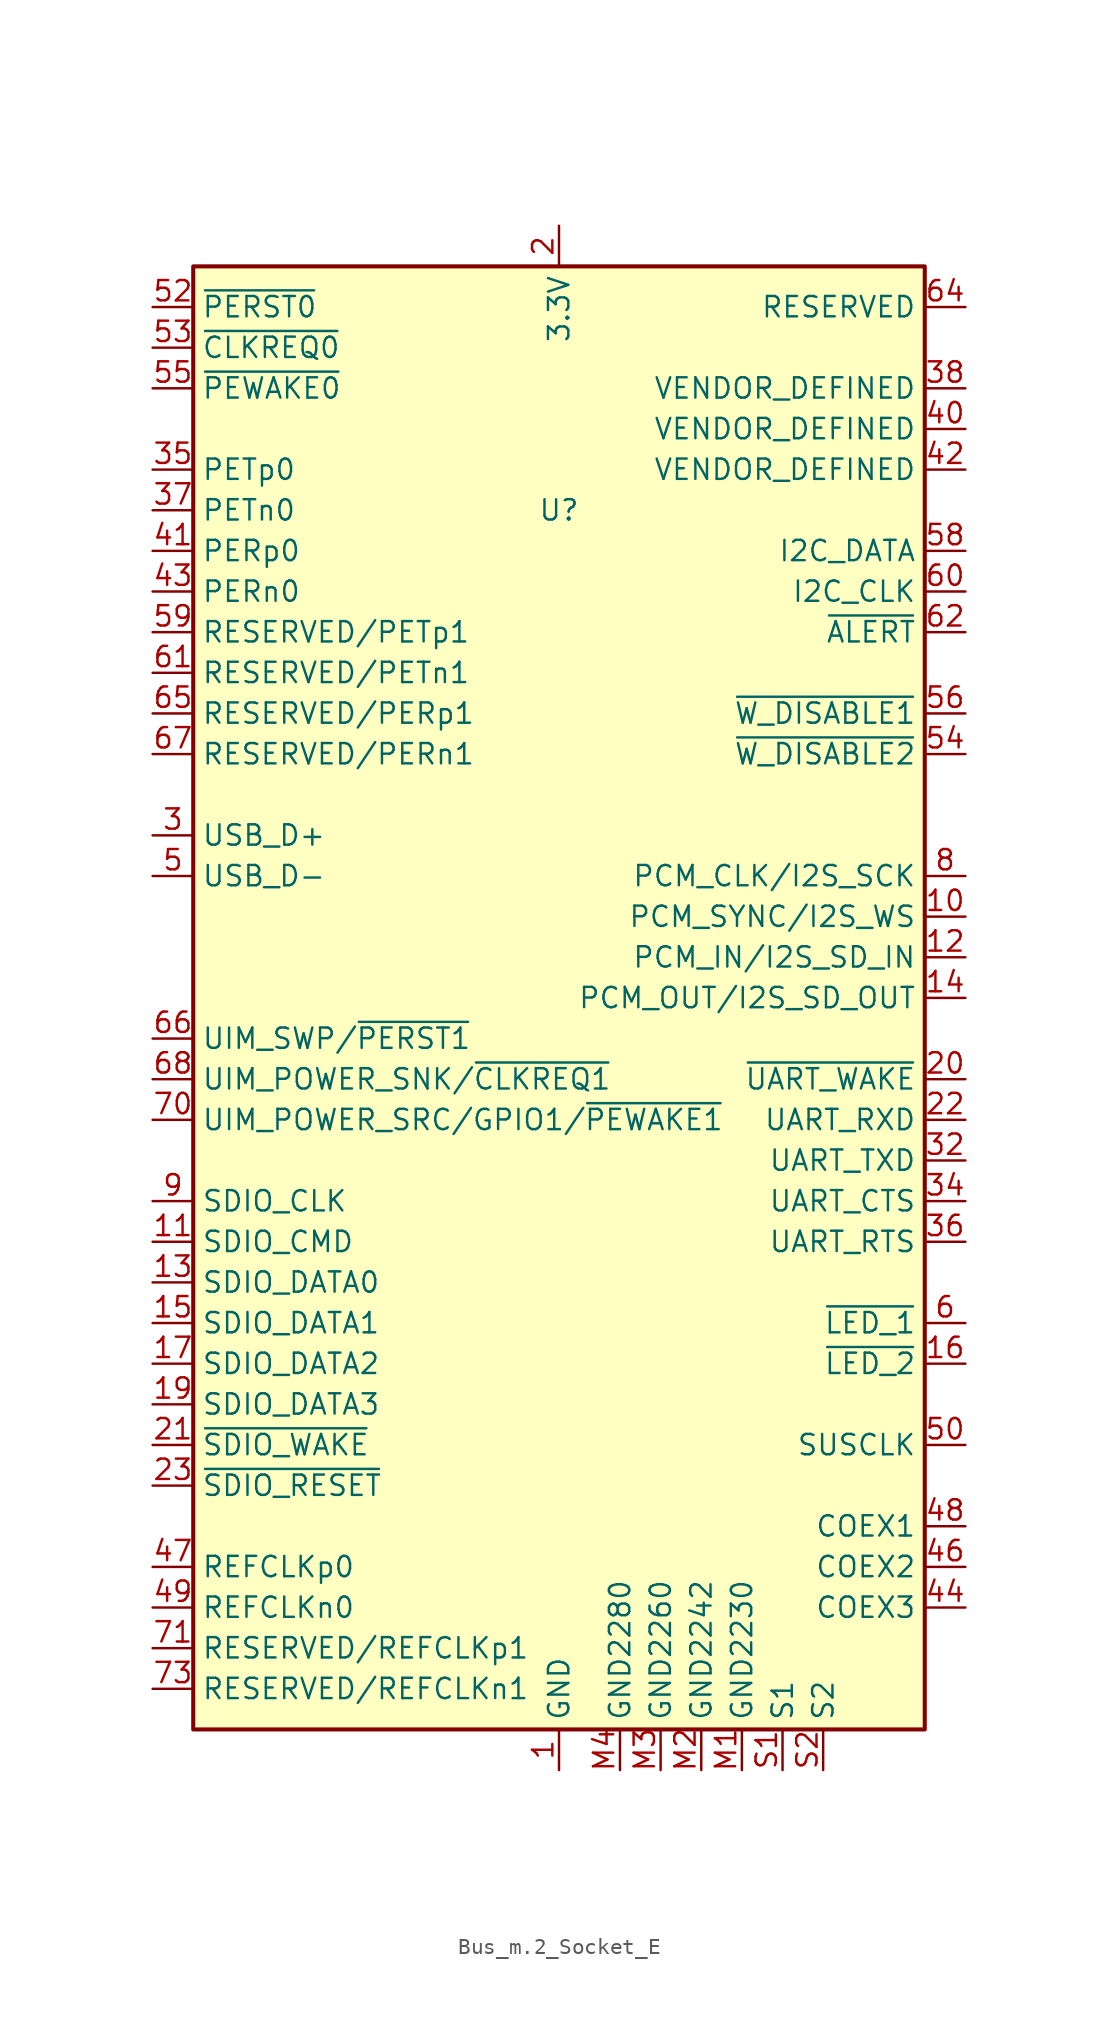
<source format=kicad_sym>
(kicad_symbol_lib
  (version 20241209)
  (generator "kicad_symbol_editor")
  (generator_version "9.0")
  (symbol "Bus_m.2_Socket_E"
    (property "Reference" "U"
      (at 0 30.48 0)
      (effects (font (size 1.27 1.27))))
    (property "Value" ""
      (at 0 30.48 0)
      (effects (font (size 1.27 1.27))))
    (symbol "Bus_m.2_Socket_E_0_1"
      (rectangle (start -22.86 45.72) (end 22.86 -45.72) (stroke (width 0.254) (type default)) (fill (type background))))
    (symbol "Bus_m.2_Socket_E_1_1"
      (pin output line (at -25.4 43.18 0) (length 2.54) (name "~{PERST0}" (effects (font (size 1.27 1.27)))) (number "52" (effects (font (size 1.27 1.27)))))
      (pin bidirectional line (at -25.4 40.64 0) (length 2.54) (name "~{CLKREQ0}" (effects (font (size 1.27 1.27)))) (number "53" (effects (font (size 1.27 1.27)))))
      (pin bidirectional line (at -25.4 38.1 0) (length 2.54) (name "~{PEWAKE0}" (effects (font (size 1.27 1.27)))) (number "55" (effects (font (size 1.27 1.27)))))
      (pin output line (at -25.4 33.02 0) (length 2.54) (name "PETp0" (effects (font (size 1.27 1.27)))) (number "35" (effects (font (size 1.27 1.27)))))
      (pin output line (at -25.4 30.48 0) (length 2.54) (name "PETn0" (effects (font (size 1.27 1.27)))) (number "37" (effects (font (size 1.27 1.27)))))
      (pin input line (at -25.4 27.94 0) (length 2.54) (name "PERp0" (effects (font (size 1.27 1.27)))) (number "41" (effects (font (size 1.27 1.27)))))
      (pin input line (at -25.4 25.4 0) (length 2.54) (name "PERn0" (effects (font (size 1.27 1.27)))) (number "43" (effects (font (size 1.27 1.27)))))
      (pin output line (at -25.4 22.86 0) (length 2.54) (name "RESERVED/PETp1" (effects (font (size 1.27 1.27)))) (number "59" (effects (font (size 1.27 1.27)))))
      (pin output line (at -25.4 20.32 0) (length 2.54) (name "RESERVED/PETn1" (effects (font (size 1.27 1.27)))) (number "61" (effects (font (size 1.27 1.27)))))
      (pin input line (at -25.4 17.78 0) (length 2.54) (name "RESERVED/PERp1" (effects (font (size 1.27 1.27)))) (number "65" (effects (font (size 1.27 1.27)))))
      (pin input line (at -25.4 15.24 0) (length 2.54) (name "RESERVED/PERn1" (effects (font (size 1.27 1.27)))) (number "67" (effects (font (size 1.27 1.27)))))
      (pin bidirectional line (at -25.4 10.16 0) (length 2.54) (name "USB_D+" (effects (font (size 1.27 1.27)))) (number "3" (effects (font (size 1.27 1.27)))))
      (pin bidirectional line (at -25.4 7.62 0) (length 2.54) (name "USB_D-" (effects (font (size 1.27 1.27)))) (number "5" (effects (font (size 1.27 1.27)))))
      (pin output line (at -25.4 -2.54 0) (length 2.54) (name "UIM_SWP/~{PERST1}" (effects (font (size 1.27 1.27)))) (number "66" (effects (font (size 1.27 1.27)))))
      (pin bidirectional line (at -25.4 -5.08 0) (length 2.54) (name "UIM_POWER_SNK/~{CLKREQ1}" (effects (font (size 1.27 1.27)))) (number "68" (effects (font (size 1.27 1.27)))))
      (pin bidirectional line (at -25.4 -7.62 0) (length 2.54) (name "UIM_POWER_SRC/GPIO1/~{PEWAKE1}" (effects (font (size 1.27 1.27)))) (number "70" (effects (font (size 1.27 1.27)))))
      (pin output line (at -25.4 -12.7 0) (length 2.54) (name "SDIO_CLK" (effects (font (size 1.27 1.27)))) (number "9" (effects (font (size 1.27 1.27)))))
      (pin bidirectional line (at -25.4 -15.24 0) (length 2.54) (name "SDIO_CMD" (effects (font (size 1.27 1.27)))) (number "11" (effects (font (size 1.27 1.27)))))
      (pin bidirectional line (at -25.4 -17.78 0) (length 2.54) (name "SDIO_DATA0" (effects (font (size 1.27 1.27)))) (number "13" (effects (font (size 1.27 1.27)))))
      (pin bidirectional line (at -25.4 -20.32 0) (length 2.54) (name "SDIO_DATA1" (effects (font (size 1.27 1.27)))) (number "15" (effects (font (size 1.27 1.27)))))
      (pin bidirectional line (at -25.4 -22.86 0) (length 2.54) (name "SDIO_DATA2" (effects (font (size 1.27 1.27)))) (number "17" (effects (font (size 1.27 1.27)))))
      (pin bidirectional line (at -25.4 -25.4 0) (length 2.54) (name "SDIO_DATA3" (effects (font (size 1.27 1.27)))) (number "19" (effects (font (size 1.27 1.27)))))
      (pin input line (at -25.4 -27.94 0) (length 2.54) (name "~{SDIO_WAKE}" (effects (font (size 1.27 1.27)))) (number "21" (effects (font (size 1.27 1.27)))))
      (pin output line (at -25.4 -30.48 0) (length 2.54) (name "~{SDIO_RESET}" (effects (font (size 1.27 1.27)))) (number "23" (effects (font (size 1.27 1.27)))))
      (pin output line (at -25.4 -35.56 0) (length 2.54) (name "REFCLKp0" (effects (font (size 1.27 1.27)))) (number "47" (effects (font (size 1.27 1.27)))))
      (pin output line (at -25.4 -38.1 0) (length 2.54) (name "REFCLKn0" (effects (font (size 1.27 1.27)))) (number "49" (effects (font (size 1.27 1.27)))))
      (pin output line (at -25.4 -40.64 0) (length 2.54) (name "RESERVED/REFCLKp1" (effects (font (size 1.27 1.27)))) (number "71" (effects (font (size 1.27 1.27)))))
      (pin output line (at -25.4 -43.18 0) (length 2.54) (name "RESERVED/REFCLKn1" (effects (font (size 1.27 1.27)))) (number "73" (effects (font (size 1.27 1.27)))))
      (pin power_in line (at 0 48.26 270) (length 2.54) (name "3.3V" (effects (font (size 1.27 1.27)))) (number "2" (effects (font (size 1.27 1.27)))))
      (pin passive line (at 0 48.26 270) (length 2.54) (hide yes) (name "3.3V" (effects (font (size 1.27 1.27)))) (number "4" (effects (font (size 1.27 1.27)))))
      (pin passive line (at 0 48.26 270) (length 2.54) (hide yes) (name "3.3V" (effects (font (size 1.27 1.27)))) (number "72" (effects (font (size 1.27 1.27)))))
      (pin passive line (at 0 48.26 270) (length 2.54) (hide yes) (name "3.3V" (effects (font (size 1.27 1.27)))) (number "74" (effects (font (size 1.27 1.27)))))
      (pin power_in line (at 0 -48.26 90) (length 2.54) (name "GND" (effects (font (size 1.27 1.27)))) (number "1" (effects (font (size 1.27 1.27)))))
      (pin passive line (at 0 -48.26 90) (length 2.54) (hide yes) (name "GND" (effects (font (size 1.27 1.27)))) (number "18" (effects (font (size 1.27 1.27)))))
      (pin passive line (at 0 -48.26 90) (length 2.54) (hide yes) (name "GND" (effects (font (size 1.27 1.27)))) (number "33" (effects (font (size 1.27 1.27)))))
      (pin passive line (at 0 -48.26 90) (length 2.54) (hide yes) (name "GND" (effects (font (size 1.27 1.27)))) (number "39" (effects (font (size 1.27 1.27)))))
      (pin passive line (at 0 -48.26 90) (length 2.54) (hide yes) (name "GND" (effects (font (size 1.27 1.27)))) (number "45" (effects (font (size 1.27 1.27)))))
      (pin passive line (at 0 -48.26 90) (length 2.54) (hide yes) (name "GND" (effects (font (size 1.27 1.27)))) (number "51" (effects (font (size 1.27 1.27)))))
      (pin passive line (at 0 -48.26 90) (length 2.54) (hide yes) (name "GND" (effects (font (size 1.27 1.27)))) (number "57" (effects (font (size 1.27 1.27)))))
      (pin passive line (at 0 -48.26 90) (length 2.54) (hide yes) (name "GND" (effects (font (size 1.27 1.27)))) (number "63" (effects (font (size 1.27 1.27)))))
      (pin passive line (at 0 -48.26 90) (length 2.54) (hide yes) (name "GND" (effects (font (size 1.27 1.27)))) (number "69" (effects (font (size 1.27 1.27)))))
      (pin passive line (at 0 -48.26 90) (length 2.54) (hide yes) (name "GND" (effects (font (size 1.27 1.27)))) (number "7" (effects (font (size 1.27 1.27)))))
      (pin passive line (at 0 -48.26 90) (length 2.54) (hide yes) (name "GND" (effects (font (size 1.27 1.27)))) (number "75" (effects (font (size 1.27 1.27)))))
      (pin passive line (at 3.81 -48.26 90) (length 2.54) (name "GND2280" (effects (font (size 1.27 1.27)))) (number "M4" (effects (font (size 1.27 1.27)))))
      (pin passive line (at 6.35 -48.26 90) (length 2.54) (name "GND2260" (effects (font (size 1.27 1.27)))) (number "M3" (effects (font (size 1.27 1.27)))))
      (pin passive line (at 8.89 -48.26 90) (length 2.54) (name "GND2242" (effects (font (size 1.27 1.27)))) (number "M2" (effects (font (size 1.27 1.27)))))
      (pin passive line (at 11.43 -48.26 90) (length 2.54) (name "GND2230" (effects (font (size 1.27 1.27)))) (number "M1" (effects (font (size 1.27 1.27)))))
      (pin passive line (at 13.97 -48.26 90) (length 2.54) (name "S1" (effects (font (size 1.27 1.27)))) (number "S1" (effects (font (size 1.27 1.27)))))
      (pin passive line (at 16.51 -48.26 90) (length 2.54) (name "S2" (effects (font (size 1.27 1.27)))) (number "S2" (effects (font (size 1.27 1.27)))))
      (pin passive line (at 25.4 43.18 180) (length 2.54) (name "RESERVED" (effects (font (size 1.27 1.27)))) (number "64" (effects (font (size 1.27 1.27)))))
      (pin passive line (at 25.4 38.1 180) (length 2.54) (name "VENDOR_DEFINED" (effects (font (size 1.27 1.27)))) (number "38" (effects (font (size 1.27 1.27)))))
      (pin passive line (at 25.4 35.56 180) (length 2.54) (name "VENDOR_DEFINED" (effects (font (size 1.27 1.27)))) (number "40" (effects (font (size 1.27 1.27)))))
      (pin passive line (at 25.4 33.02 180) (length 2.54) (name "VENDOR_DEFINED" (effects (font (size 1.27 1.27)))) (number "42" (effects (font (size 1.27 1.27)))))
      (pin bidirectional line (at 25.4 27.94 180) (length 2.54) (name "I2C_DATA" (effects (font (size 1.27 1.27)))) (number "58" (effects (font (size 1.27 1.27)))))
      (pin output line (at 25.4 25.4 180) (length 2.54) (name "I2C_CLK" (effects (font (size 1.27 1.27)))) (number "60" (effects (font (size 1.27 1.27)))))
      (pin input line (at 25.4 22.86 180) (length 2.54) (name "~{ALERT}" (effects (font (size 1.27 1.27)))) (number "62" (effects (font (size 1.27 1.27)))))
      (pin output line (at 25.4 17.78 180) (length 2.54) (name "~{W_DISABLE1}" (effects (font (size 1.27 1.27)))) (number "56" (effects (font (size 1.27 1.27)))))
      (pin output line (at 25.4 15.24 180) (length 2.54) (name "~{W_DISABLE2}" (effects (font (size 1.27 1.27)))) (number "54" (effects (font (size 1.27 1.27)))))
      (pin bidirectional line (at 25.4 7.62 180) (length 2.54) (name "PCM_CLK/I2S_SCK" (effects (font (size 1.27 1.27)))) (number "8" (effects (font (size 1.27 1.27)))))
      (pin bidirectional line (at 25.4 5.08 180) (length 2.54) (name "PCM_SYNC/I2S_WS" (effects (font (size 1.27 1.27)))) (number "10" (effects (font (size 1.27 1.27)))))
      (pin input line (at 25.4 2.54 180) (length 2.54) (name "PCM_IN/I2S_SD_IN" (effects (font (size 1.27 1.27)))) (number "12" (effects (font (size 1.27 1.27)))))
      (pin output line (at 25.4 0 180) (length 2.54) (name "PCM_OUT/I2S_SD_OUT" (effects (font (size 1.27 1.27)))) (number "14" (effects (font (size 1.27 1.27)))))
      (pin input line (at 25.4 -5.08 180) (length 2.54) (name "~{UART_WAKE}" (effects (font (size 1.27 1.27)))) (number "20" (effects (font (size 1.27 1.27)))))
      (pin input line (at 25.4 -7.62 180) (length 2.54) (name "UART_RXD" (effects (font (size 1.27 1.27)))) (number "22" (effects (font (size 1.27 1.27)))))
      (pin output line (at 25.4 -10.16 180) (length 2.54) (name "UART_TXD" (effects (font (size 1.27 1.27)))) (number "32" (effects (font (size 1.27 1.27)))))
      (pin input line (at 25.4 -12.7 180) (length 2.54) (name "UART_CTS" (effects (font (size 1.27 1.27)))) (number "34" (effects (font (size 1.27 1.27)))))
      (pin output line (at 25.4 -15.24 180) (length 2.54) (name "UART_RTS" (effects (font (size 1.27 1.27)))) (number "36" (effects (font (size 1.27 1.27)))))
      (pin open_collector line (at 25.4 -20.32 180) (length 2.54) (name "~{LED_1}" (effects (font (size 1.27 1.27)))) (number "6" (effects (font (size 1.27 1.27)))))
      (pin open_collector line (at 25.4 -22.86 180) (length 2.54) (name "~{LED_2}" (effects (font (size 1.27 1.27)))) (number "16" (effects (font (size 1.27 1.27)))))
      (pin output line (at 25.4 -27.94 180) (length 2.54) (name "SUSCLK" (effects (font (size 1.27 1.27)))) (number "50" (effects (font (size 1.27 1.27)))))
      (pin bidirectional line (at 25.4 -33.02 180) (length 2.54) (name "COEX1" (effects (font (size 1.27 1.27)))) (number "48" (effects (font (size 1.27 1.27)))))
      (pin bidirectional line (at 25.4 -35.56 180) (length 2.54) (name "COEX2" (effects (font (size 1.27 1.27)))) (number "46" (effects (font (size 1.27 1.27)))))
      (pin bidirectional line (at 25.4 -38.1 180) (length 2.54) (name "COEX3" (effects (font (size 1.27 1.27)))) (number "44" (effects (font (size 1.27 1.27))))))))
</source>
